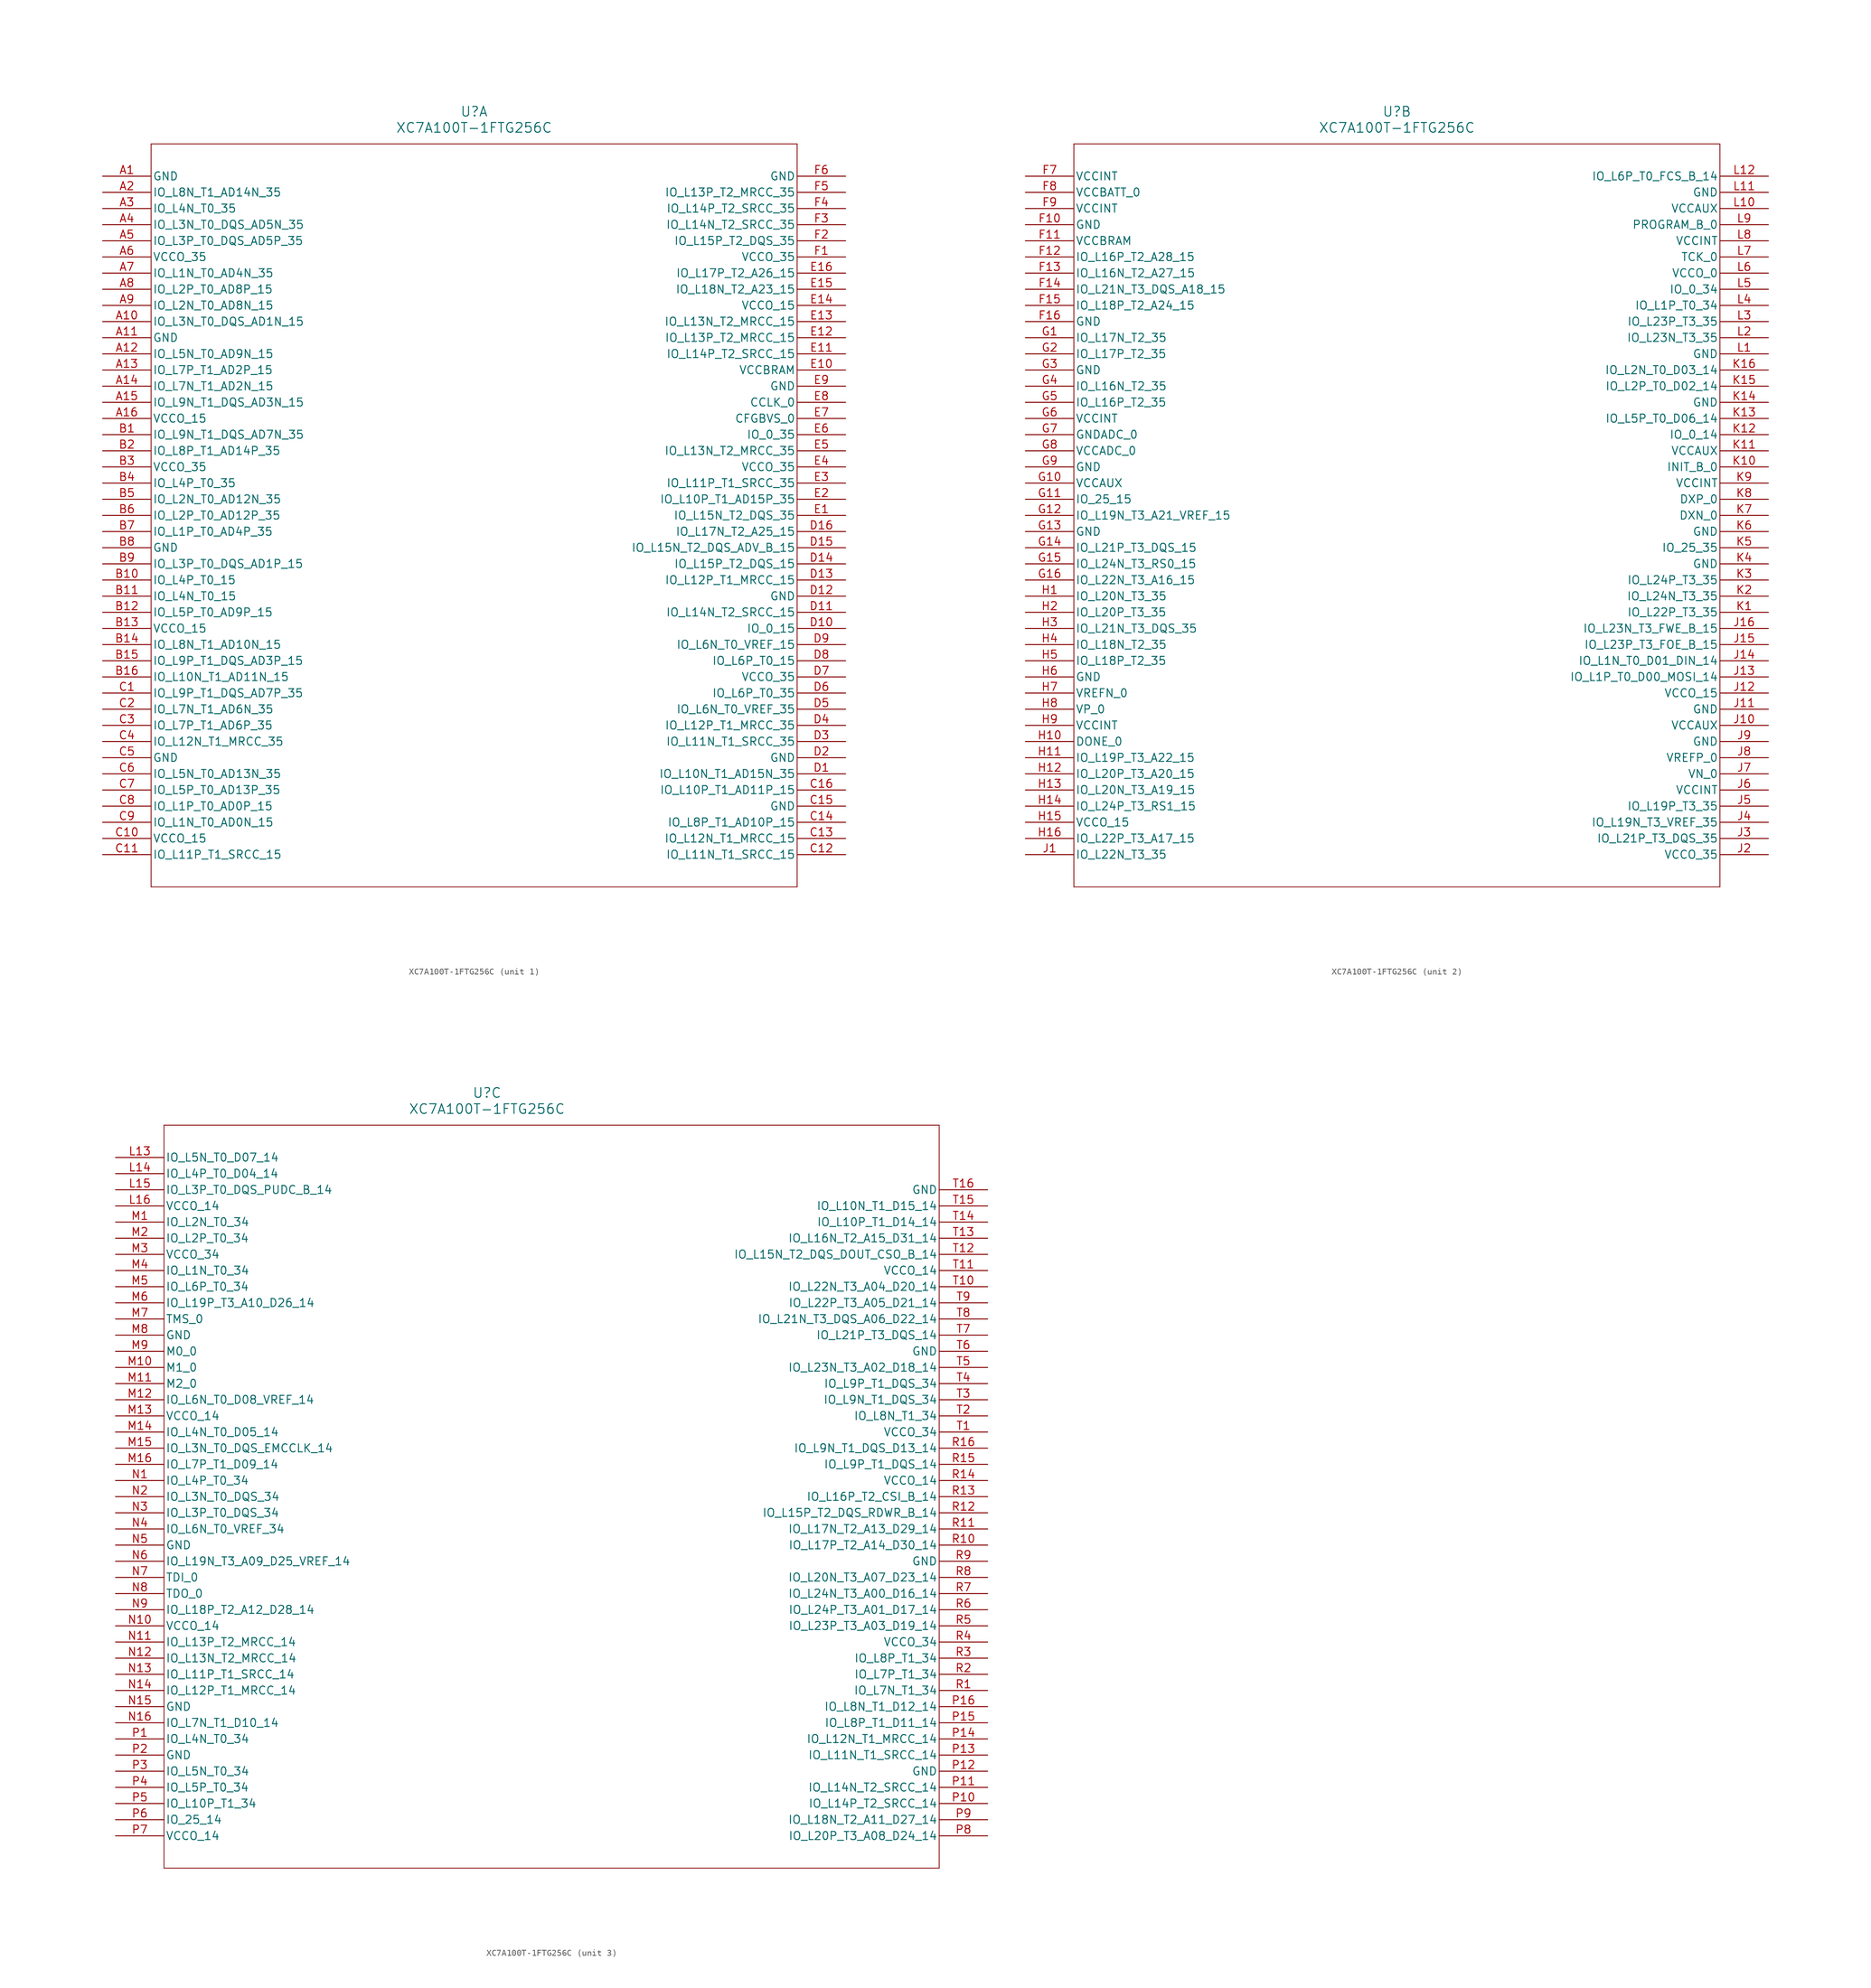
<source format=kicad_sym>
(kicad_symbol_lib
  (version 20211014)
  (generator kicad_symbol_editor)
  (symbol "XC7A100T-1FTG256C"
    (pin_names
      (offset 0.254))
    (property "Reference" "U"
      (at 58.42 10.16 0)
      (effects (font (size 1.524 1.524))))
    (property "Value" "XC7A100T-1FTG256C"
      (at 58.42 7.62 0)
      (effects (font (size 1.524 1.524))))
    (symbol "XC7A100T-1FTG256C_1_1"
      (polyline (pts (xy 7.62 5.08) (xy 7.62 -111.76)) (stroke (width 0.127) (type default) (color 0 0 0 0)) (fill (type none)))
      (polyline (pts (xy 7.62 -111.76) (xy 109.22 -111.76)) (stroke (width 0.127) (type default) (color 0 0 0 0)) (fill (type none)))
      (polyline (pts (xy 109.22 -111.76) (xy 109.22 5.08)) (stroke (width 0.127) (type default) (color 0 0 0 0)) (fill (type none)))
      (polyline (pts (xy 109.22 5.08) (xy 7.62 5.08)) (stroke (width 0.127) (type default) (color 0 0 0 0)) (fill (type none)))
      (pin power_out line (at 0 0 0) (length 7.62) (name "GND" (effects (font (size 1.27 1.27)))) (number "A1" (effects (font (size 1.27 1.27)))))
      (pin bidirectional line (at 0 -2.54 0) (length 7.62) (name "IO_L8N_T1_AD14N_35" (effects (font (size 1.27 1.27)))) (number "A2" (effects (font (size 1.27 1.27)))))
      (pin bidirectional line (at 0 -5.08 0) (length 7.62) (name "IO_L4N_T0_35" (effects (font (size 1.27 1.27)))) (number "A3" (effects (font (size 1.27 1.27)))))
      (pin bidirectional line (at 0 -7.62 0) (length 7.62) (name "IO_L3N_T0_DQS_AD5N_35" (effects (font (size 1.27 1.27)))) (number "A4" (effects (font (size 1.27 1.27)))))
      (pin bidirectional line (at 0 -10.16 0) (length 7.62) (name "IO_L3P_T0_DQS_AD5P_35" (effects (font (size 1.27 1.27)))) (number "A5" (effects (font (size 1.27 1.27)))))
      (pin power_in line (at 0 -12.7 0) (length 7.62) (name "VCCO_35" (effects (font (size 1.27 1.27)))) (number "A6" (effects (font (size 1.27 1.27)))))
      (pin bidirectional line (at 0 -15.24 0) (length 7.62) (name "IO_L1N_T0_AD4N_35" (effects (font (size 1.27 1.27)))) (number "A7" (effects (font (size 1.27 1.27)))))
      (pin bidirectional line (at 0 -17.78 0) (length 7.62) (name "IO_L2P_T0_AD8P_15" (effects (font (size 1.27 1.27)))) (number "A8" (effects (font (size 1.27 1.27)))))
      (pin bidirectional line (at 0 -20.32 0) (length 7.62) (name "IO_L2N_T0_AD8N_15" (effects (font (size 1.27 1.27)))) (number "A9" (effects (font (size 1.27 1.27)))))
      (pin bidirectional line (at 0 -22.86 0) (length 7.62) (name "IO_L3N_T0_DQS_AD1N_15" (effects (font (size 1.27 1.27)))) (number "A10" (effects (font (size 1.27 1.27)))))
      (pin power_out line (at 0 -25.4 0) (length 7.62) (name "GND" (effects (font (size 1.27 1.27)))) (number "A11" (effects (font (size 1.27 1.27)))))
      (pin bidirectional line (at 0 -27.94 0) (length 7.62) (name "IO_L5N_T0_AD9N_15" (effects (font (size 1.27 1.27)))) (number "A12" (effects (font (size 1.27 1.27)))))
      (pin bidirectional line (at 0 -30.48 0) (length 7.62) (name "IO_L7P_T1_AD2P_15" (effects (font (size 1.27 1.27)))) (number "A13" (effects (font (size 1.27 1.27)))))
      (pin bidirectional line (at 0 -33.02 0) (length 7.62) (name "IO_L7N_T1_AD2N_15" (effects (font (size 1.27 1.27)))) (number "A14" (effects (font (size 1.27 1.27)))))
      (pin bidirectional line (at 0 -35.56 0) (length 7.62) (name "IO_L9N_T1_DQS_AD3N_15" (effects (font (size 1.27 1.27)))) (number "A15" (effects (font (size 1.27 1.27)))))
      (pin power_in line (at 0 -38.1 0) (length 7.62) (name "VCCO_15" (effects (font (size 1.27 1.27)))) (number "A16" (effects (font (size 1.27 1.27)))))
      (pin bidirectional line (at 0 -40.64 0) (length 7.62) (name "IO_L9N_T1_DQS_AD7N_35" (effects (font (size 1.27 1.27)))) (number "B1" (effects (font (size 1.27 1.27)))))
      (pin bidirectional line (at 0 -43.18 0) (length 7.62) (name "IO_L8P_T1_AD14P_35" (effects (font (size 1.27 1.27)))) (number "B2" (effects (font (size 1.27 1.27)))))
      (pin power_in line (at 0 -45.72 0) (length 7.62) (name "VCCO_35" (effects (font (size 1.27 1.27)))) (number "B3" (effects (font (size 1.27 1.27)))))
      (pin bidirectional line (at 0 -48.26 0) (length 7.62) (name "IO_L4P_T0_35" (effects (font (size 1.27 1.27)))) (number "B4" (effects (font (size 1.27 1.27)))))
      (pin bidirectional line (at 0 -50.8 0) (length 7.62) (name "IO_L2N_T0_AD12N_35" (effects (font (size 1.27 1.27)))) (number "B5" (effects (font (size 1.27 1.27)))))
      (pin bidirectional line (at 0 -53.34 0) (length 7.62) (name "IO_L2P_T0_AD12P_35" (effects (font (size 1.27 1.27)))) (number "B6" (effects (font (size 1.27 1.27)))))
      (pin bidirectional line (at 0 -55.88 0) (length 7.62) (name "IO_L1P_T0_AD4P_35" (effects (font (size 1.27 1.27)))) (number "B7" (effects (font (size 1.27 1.27)))))
      (pin power_out line (at 0 -58.42 0) (length 7.62) (name "GND" (effects (font (size 1.27 1.27)))) (number "B8" (effects (font (size 1.27 1.27)))))
      (pin bidirectional line (at 0 -60.96 0) (length 7.62) (name "IO_L3P_T0_DQS_AD1P_15" (effects (font (size 1.27 1.27)))) (number "B9" (effects (font (size 1.27 1.27)))))
      (pin bidirectional line (at 0 -63.5 0) (length 7.62) (name "IO_L4P_T0_15" (effects (font (size 1.27 1.27)))) (number "B10" (effects (font (size 1.27 1.27)))))
      (pin bidirectional line (at 0 -66.04 0) (length 7.62) (name "IO_L4N_T0_15" (effects (font (size 1.27 1.27)))) (number "B11" (effects (font (size 1.27 1.27)))))
      (pin bidirectional line (at 0 -68.58 0) (length 7.62) (name "IO_L5P_T0_AD9P_15" (effects (font (size 1.27 1.27)))) (number "B12" (effects (font (size 1.27 1.27)))))
      (pin power_in line (at 0 -71.12 0) (length 7.62) (name "VCCO_15" (effects (font (size 1.27 1.27)))) (number "B13" (effects (font (size 1.27 1.27)))))
      (pin bidirectional line (at 0 -73.66 0) (length 7.62) (name "IO_L8N_T1_AD10N_15" (effects (font (size 1.27 1.27)))) (number "B14" (effects (font (size 1.27 1.27)))))
      (pin bidirectional line (at 0 -76.2 0) (length 7.62) (name "IO_L9P_T1_DQS_AD3P_15" (effects (font (size 1.27 1.27)))) (number "B15" (effects (font (size 1.27 1.27)))))
      (pin bidirectional line (at 0 -78.74 0) (length 7.62) (name "IO_L10N_T1_AD11N_15" (effects (font (size 1.27 1.27)))) (number "B16" (effects (font (size 1.27 1.27)))))
      (pin bidirectional line (at 0 -81.28 0) (length 7.62) (name "IO_L9P_T1_DQS_AD7P_35" (effects (font (size 1.27 1.27)))) (number "C1" (effects (font (size 1.27 1.27)))))
      (pin bidirectional line (at 0 -83.82 0) (length 7.62) (name "IO_L7N_T1_AD6N_35" (effects (font (size 1.27 1.27)))) (number "C2" (effects (font (size 1.27 1.27)))))
      (pin bidirectional line (at 0 -86.36 0) (length 7.62) (name "IO_L7P_T1_AD6P_35" (effects (font (size 1.27 1.27)))) (number "C3" (effects (font (size 1.27 1.27)))))
      (pin bidirectional line (at 0 -88.9 0) (length 7.62) (name "IO_L12N_T1_MRCC_35" (effects (font (size 1.27 1.27)))) (number "C4" (effects (font (size 1.27 1.27)))))
      (pin power_out line (at 0 -91.44 0) (length 7.62) (name "GND" (effects (font (size 1.27 1.27)))) (number "C5" (effects (font (size 1.27 1.27)))))
      (pin bidirectional line (at 0 -93.98 0) (length 7.62) (name "IO_L5N_T0_AD13N_35" (effects (font (size 1.27 1.27)))) (number "C6" (effects (font (size 1.27 1.27)))))
      (pin bidirectional line (at 0 -96.52 0) (length 7.62) (name "IO_L5P_T0_AD13P_35" (effects (font (size 1.27 1.27)))) (number "C7" (effects (font (size 1.27 1.27)))))
      (pin bidirectional line (at 0 -99.06 0) (length 7.62) (name "IO_L1P_T0_AD0P_15" (effects (font (size 1.27 1.27)))) (number "C8" (effects (font (size 1.27 1.27)))))
      (pin bidirectional line (at 0 -101.6 0) (length 7.62) (name "IO_L1N_T0_AD0N_15" (effects (font (size 1.27 1.27)))) (number "C9" (effects (font (size 1.27 1.27)))))
      (pin power_in line (at 0 -104.14 0) (length 7.62) (name "VCCO_15" (effects (font (size 1.27 1.27)))) (number "C10" (effects (font (size 1.27 1.27)))))
      (pin bidirectional line (at 0 -106.68 0) (length 7.62) (name "IO_L11P_T1_SRCC_15" (effects (font (size 1.27 1.27)))) (number "C11" (effects (font (size 1.27 1.27)))))
      (pin bidirectional line (at 116.84 -106.68 180) (length 7.62) (name "IO_L11N_T1_SRCC_15" (effects (font (size 1.27 1.27)))) (number "C12" (effects (font (size 1.27 1.27)))))
      (pin bidirectional line (at 116.84 -104.14 180) (length 7.62) (name "IO_L12N_T1_MRCC_15" (effects (font (size 1.27 1.27)))) (number "C13" (effects (font (size 1.27 1.27)))))
      (pin bidirectional line (at 116.84 -101.6 180) (length 7.62) (name "IO_L8P_T1_AD10P_15" (effects (font (size 1.27 1.27)))) (number "C14" (effects (font (size 1.27 1.27)))))
      (pin power_out line (at 116.84 -99.06 180) (length 7.62) (name "GND" (effects (font (size 1.27 1.27)))) (number "C15" (effects (font (size 1.27 1.27)))))
      (pin bidirectional line (at 116.84 -96.52 180) (length 7.62) (name "IO_L10P_T1_AD11P_15" (effects (font (size 1.27 1.27)))) (number "C16" (effects (font (size 1.27 1.27)))))
      (pin bidirectional line (at 116.84 -93.98 180) (length 7.62) (name "IO_L10N_T1_AD15N_35" (effects (font (size 1.27 1.27)))) (number "D1" (effects (font (size 1.27 1.27)))))
      (pin power_out line (at 116.84 -91.44 180) (length 7.62) (name "GND" (effects (font (size 1.27 1.27)))) (number "D2" (effects (font (size 1.27 1.27)))))
      (pin bidirectional line (at 116.84 -88.9 180) (length 7.62) (name "IO_L11N_T1_SRCC_35" (effects (font (size 1.27 1.27)))) (number "D3" (effects (font (size 1.27 1.27)))))
      (pin bidirectional line (at 116.84 -86.36 180) (length 7.62) (name "IO_L12P_T1_MRCC_35" (effects (font (size 1.27 1.27)))) (number "D4" (effects (font (size 1.27 1.27)))))
      (pin bidirectional line (at 116.84 -83.82 180) (length 7.62) (name "IO_L6N_T0_VREF_35" (effects (font (size 1.27 1.27)))) (number "D5" (effects (font (size 1.27 1.27)))))
      (pin bidirectional line (at 116.84 -81.28 180) (length 7.62) (name "IO_L6P_T0_35" (effects (font (size 1.27 1.27)))) (number "D6" (effects (font (size 1.27 1.27)))))
      (pin power_in line (at 116.84 -78.74 180) (length 7.62) (name "VCCO_35" (effects (font (size 1.27 1.27)))) (number "D7" (effects (font (size 1.27 1.27)))))
      (pin bidirectional line (at 116.84 -76.2 180) (length 7.62) (name "IO_L6P_T0_15" (effects (font (size 1.27 1.27)))) (number "D8" (effects (font (size 1.27 1.27)))))
      (pin bidirectional line (at 116.84 -73.66 180) (length 7.62) (name "IO_L6N_T0_VREF_15" (effects (font (size 1.27 1.27)))) (number "D9" (effects (font (size 1.27 1.27)))))
      (pin bidirectional line (at 116.84 -71.12 180) (length 7.62) (name "IO_0_15" (effects (font (size 1.27 1.27)))) (number "D10" (effects (font (size 1.27 1.27)))))
      (pin bidirectional line (at 116.84 -68.58 180) (length 7.62) (name "IO_L14N_T2_SRCC_15" (effects (font (size 1.27 1.27)))) (number "D11" (effects (font (size 1.27 1.27)))))
      (pin power_out line (at 116.84 -66.04 180) (length 7.62) (name "GND" (effects (font (size 1.27 1.27)))) (number "D12" (effects (font (size 1.27 1.27)))))
      (pin bidirectional line (at 116.84 -63.5 180) (length 7.62) (name "IO_L12P_T1_MRCC_15" (effects (font (size 1.27 1.27)))) (number "D13" (effects (font (size 1.27 1.27)))))
      (pin bidirectional line (at 116.84 -60.96 180) (length 7.62) (name "IO_L15P_T2_DQS_15" (effects (font (size 1.27 1.27)))) (number "D14" (effects (font (size 1.27 1.27)))))
      (pin bidirectional line (at 116.84 -58.42 180) (length 7.62) (name "IO_L15N_T2_DQS_ADV_B_15" (effects (font (size 1.27 1.27)))) (number "D15" (effects (font (size 1.27 1.27)))))
      (pin bidirectional line (at 116.84 -55.88 180) (length 7.62) (name "IO_L17N_T2_A25_15" (effects (font (size 1.27 1.27)))) (number "D16" (effects (font (size 1.27 1.27)))))
      (pin bidirectional line (at 116.84 -53.34 180) (length 7.62) (name "IO_L15N_T2_DQS_35" (effects (font (size 1.27 1.27)))) (number "E1" (effects (font (size 1.27 1.27)))))
      (pin bidirectional line (at 116.84 -50.8 180) (length 7.62) (name "IO_L10P_T1_AD15P_35" (effects (font (size 1.27 1.27)))) (number "E2" (effects (font (size 1.27 1.27)))))
      (pin bidirectional line (at 116.84 -48.26 180) (length 7.62) (name "IO_L11P_T1_SRCC_35" (effects (font (size 1.27 1.27)))) (number "E3" (effects (font (size 1.27 1.27)))))
      (pin power_in line (at 116.84 -45.72 180) (length 7.62) (name "VCCO_35" (effects (font (size 1.27 1.27)))) (number "E4" (effects (font (size 1.27 1.27)))))
      (pin bidirectional line (at 116.84 -43.18 180) (length 7.62) (name "IO_L13N_T2_MRCC_35" (effects (font (size 1.27 1.27)))) (number "E5" (effects (font (size 1.27 1.27)))))
      (pin bidirectional line (at 116.84 -40.64 180) (length 7.62) (name "IO_0_35" (effects (font (size 1.27 1.27)))) (number "E6" (effects (font (size 1.27 1.27)))))
      (pin input line (at 116.84 -38.1 180) (length 7.62) (name "CFGBVS_0" (effects (font (size 1.27 1.27)))) (number "E7" (effects (font (size 1.27 1.27)))))
      (pin bidirectional line (at 116.84 -35.56 180) (length 7.62) (name "CCLK_0" (effects (font (size 1.27 1.27)))) (number "E8" (effects (font (size 1.27 1.27)))))
      (pin power_out line (at 116.84 -33.02 180) (length 7.62) (name "GND" (effects (font (size 1.27 1.27)))) (number "E9" (effects (font (size 1.27 1.27)))))
      (pin power_in line (at 116.84 -30.48 180) (length 7.62) (name "VCCBRAM" (effects (font (size 1.27 1.27)))) (number "E10" (effects (font (size 1.27 1.27)))))
      (pin bidirectional line (at 116.84 -27.94 180) (length 7.62) (name "IO_L14P_T2_SRCC_15" (effects (font (size 1.27 1.27)))) (number "E11" (effects (font (size 1.27 1.27)))))
      (pin bidirectional line (at 116.84 -25.4 180) (length 7.62) (name "IO_L13P_T2_MRCC_15" (effects (font (size 1.27 1.27)))) (number "E12" (effects (font (size 1.27 1.27)))))
      (pin bidirectional line (at 116.84 -22.86 180) (length 7.62) (name "IO_L13N_T2_MRCC_15" (effects (font (size 1.27 1.27)))) (number "E13" (effects (font (size 1.27 1.27)))))
      (pin power_in line (at 116.84 -20.32 180) (length 7.62) (name "VCCO_15" (effects (font (size 1.27 1.27)))) (number "E14" (effects (font (size 1.27 1.27)))))
      (pin bidirectional line (at 116.84 -17.78 180) (length 7.62) (name "IO_L18N_T2_A23_15" (effects (font (size 1.27 1.27)))) (number "E15" (effects (font (size 1.27 1.27)))))
      (pin bidirectional line (at 116.84 -15.24 180) (length 7.62) (name "IO_L17P_T2_A26_15" (effects (font (size 1.27 1.27)))) (number "E16" (effects (font (size 1.27 1.27)))))
      (pin power_in line (at 116.84 -12.7 180) (length 7.62) (name "VCCO_35" (effects (font (size 1.27 1.27)))) (number "F1" (effects (font (size 1.27 1.27)))))
      (pin bidirectional line (at 116.84 -10.16 180) (length 7.62) (name "IO_L15P_T2_DQS_35" (effects (font (size 1.27 1.27)))) (number "F2" (effects (font (size 1.27 1.27)))))
      (pin bidirectional line (at 116.84 -7.62 180) (length 7.62) (name "IO_L14N_T2_SRCC_35" (effects (font (size 1.27 1.27)))) (number "F3" (effects (font (size 1.27 1.27)))))
      (pin bidirectional line (at 116.84 -5.08 180) (length 7.62) (name "IO_L14P_T2_SRCC_35" (effects (font (size 1.27 1.27)))) (number "F4" (effects (font (size 1.27 1.27)))))
      (pin bidirectional line (at 116.84 -2.54 180) (length 7.62) (name "IO_L13P_T2_MRCC_35" (effects (font (size 1.27 1.27)))) (number "F5" (effects (font (size 1.27 1.27)))))
      (pin power_out line (at 116.84 0 180) (length 7.62) (name "GND" (effects (font (size 1.27 1.27)))) (number "F6" (effects (font (size 1.27 1.27))))))
    (symbol "XC7A100T-1FTG256C_2_1"
      (polyline (pts (xy 7.62 5.08) (xy 7.62 -111.76)) (stroke (width 0.127) (type default) (color 0 0 0 0)) (fill (type none)))
      (polyline (pts (xy 7.62 -111.76) (xy 109.22 -111.76)) (stroke (width 0.127) (type default) (color 0 0 0 0)) (fill (type none)))
      (polyline (pts (xy 109.22 -111.76) (xy 109.22 5.08)) (stroke (width 0.127) (type default) (color 0 0 0 0)) (fill (type none)))
      (polyline (pts (xy 109.22 5.08) (xy 7.62 5.08)) (stroke (width 0.127) (type default) (color 0 0 0 0)) (fill (type none)))
      (pin power_in line (at 0 0 0) (length 7.62) (name "VCCINT" (effects (font (size 1.27 1.27)))) (number "F7" (effects (font (size 1.27 1.27)))))
      (pin power_in line (at 0 -2.54 0) (length 7.62) (name "VCCBATT_0" (effects (font (size 1.27 1.27)))) (number "F8" (effects (font (size 1.27 1.27)))))
      (pin power_in line (at 0 -5.08 0) (length 7.62) (name "VCCINT" (effects (font (size 1.27 1.27)))) (number "F9" (effects (font (size 1.27 1.27)))))
      (pin power_out line (at 0 -7.62 0) (length 7.62) (name "GND" (effects (font (size 1.27 1.27)))) (number "F10" (effects (font (size 1.27 1.27)))))
      (pin power_in line (at 0 -10.16 0) (length 7.62) (name "VCCBRAM" (effects (font (size 1.27 1.27)))) (number "F11" (effects (font (size 1.27 1.27)))))
      (pin bidirectional line (at 0 -12.7 0) (length 7.62) (name "IO_L16P_T2_A28_15" (effects (font (size 1.27 1.27)))) (number "F12" (effects (font (size 1.27 1.27)))))
      (pin bidirectional line (at 0 -15.24 0) (length 7.62) (name "IO_L16N_T2_A27_15" (effects (font (size 1.27 1.27)))) (number "F13" (effects (font (size 1.27 1.27)))))
      (pin bidirectional line (at 0 -17.78 0) (length 7.62) (name "IO_L21N_T3_DQS_A18_15" (effects (font (size 1.27 1.27)))) (number "F14" (effects (font (size 1.27 1.27)))))
      (pin bidirectional line (at 0 -20.32 0) (length 7.62) (name "IO_L18P_T2_A24_15" (effects (font (size 1.27 1.27)))) (number "F15" (effects (font (size 1.27 1.27)))))
      (pin power_out line (at 0 -22.86 0) (length 7.62) (name "GND" (effects (font (size 1.27 1.27)))) (number "F16" (effects (font (size 1.27 1.27)))))
      (pin bidirectional line (at 0 -25.4 0) (length 7.62) (name "IO_L17N_T2_35" (effects (font (size 1.27 1.27)))) (number "G1" (effects (font (size 1.27 1.27)))))
      (pin bidirectional line (at 0 -27.94 0) (length 7.62) (name "IO_L17P_T2_35" (effects (font (size 1.27 1.27)))) (number "G2" (effects (font (size 1.27 1.27)))))
      (pin power_out line (at 0 -30.48 0) (length 7.62) (name "GND" (effects (font (size 1.27 1.27)))) (number "G3" (effects (font (size 1.27 1.27)))))
      (pin bidirectional line (at 0 -33.02 0) (length 7.62) (name "IO_L16N_T2_35" (effects (font (size 1.27 1.27)))) (number "G4" (effects (font (size 1.27 1.27)))))
      (pin bidirectional line (at 0 -35.56 0) (length 7.62) (name "IO_L16P_T2_35" (effects (font (size 1.27 1.27)))) (number "G5" (effects (font (size 1.27 1.27)))))
      (pin power_in line (at 0 -38.1 0) (length 7.62) (name "VCCINT" (effects (font (size 1.27 1.27)))) (number "G6" (effects (font (size 1.27 1.27)))))
      (pin power_out line (at 0 -40.64 0) (length 7.62) (name "GNDADC_0" (effects (font (size 1.27 1.27)))) (number "G7" (effects (font (size 1.27 1.27)))))
      (pin power_in line (at 0 -43.18 0) (length 7.62) (name "VCCADC_0" (effects (font (size 1.27 1.27)))) (number "G8" (effects (font (size 1.27 1.27)))))
      (pin power_out line (at 0 -45.72 0) (length 7.62) (name "GND" (effects (font (size 1.27 1.27)))) (number "G9" (effects (font (size 1.27 1.27)))))
      (pin power_in line (at 0 -48.26 0) (length 7.62) (name "VCCAUX" (effects (font (size 1.27 1.27)))) (number "G10" (effects (font (size 1.27 1.27)))))
      (pin bidirectional line (at 0 -50.8 0) (length 7.62) (name "IO_25_15" (effects (font (size 1.27 1.27)))) (number "G11" (effects (font (size 1.27 1.27)))))
      (pin bidirectional line (at 0 -53.34 0) (length 7.62) (name "IO_L19N_T3_A21_VREF_15" (effects (font (size 1.27 1.27)))) (number "G12" (effects (font (size 1.27 1.27)))))
      (pin power_out line (at 0 -55.88 0) (length 7.62) (name "GND" (effects (font (size 1.27 1.27)))) (number "G13" (effects (font (size 1.27 1.27)))))
      (pin bidirectional line (at 0 -58.42 0) (length 7.62) (name "IO_L21P_T3_DQS_15" (effects (font (size 1.27 1.27)))) (number "G14" (effects (font (size 1.27 1.27)))))
      (pin bidirectional line (at 0 -60.96 0) (length 7.62) (name "IO_L24N_T3_RS0_15" (effects (font (size 1.27 1.27)))) (number "G15" (effects (font (size 1.27 1.27)))))
      (pin bidirectional line (at 0 -63.5 0) (length 7.62) (name "IO_L22N_T3_A16_15" (effects (font (size 1.27 1.27)))) (number "G16" (effects (font (size 1.27 1.27)))))
      (pin bidirectional line (at 0 -66.04 0) (length 7.62) (name "IO_L20N_T3_35" (effects (font (size 1.27 1.27)))) (number "H1" (effects (font (size 1.27 1.27)))))
      (pin bidirectional line (at 0 -68.58 0) (length 7.62) (name "IO_L20P_T3_35" (effects (font (size 1.27 1.27)))) (number "H2" (effects (font (size 1.27 1.27)))))
      (pin bidirectional line (at 0 -71.12 0) (length 7.62) (name "IO_L21N_T3_DQS_35" (effects (font (size 1.27 1.27)))) (number "H3" (effects (font (size 1.27 1.27)))))
      (pin bidirectional line (at 0 -73.66 0) (length 7.62) (name "IO_L18N_T2_35" (effects (font (size 1.27 1.27)))) (number "H4" (effects (font (size 1.27 1.27)))))
      (pin bidirectional line (at 0 -76.2 0) (length 7.62) (name "IO_L18P_T2_35" (effects (font (size 1.27 1.27)))) (number "H5" (effects (font (size 1.27 1.27)))))
      (pin power_out line (at 0 -78.74 0) (length 7.62) (name "GND" (effects (font (size 1.27 1.27)))) (number "H6" (effects (font (size 1.27 1.27)))))
      (pin power_in line (at 0 -81.28 0) (length 7.62) (name "VREFN_0" (effects (font (size 1.27 1.27)))) (number "H7" (effects (font (size 1.27 1.27)))))
      (pin input line (at 0 -83.82 0) (length 7.62) (name "VP_0" (effects (font (size 1.27 1.27)))) (number "H8" (effects (font (size 1.27 1.27)))))
      (pin power_in line (at 0 -86.36 0) (length 7.62) (name "VCCINT" (effects (font (size 1.27 1.27)))) (number "H9" (effects (font (size 1.27 1.27)))))
      (pin bidirectional line (at 0 -88.9 0) (length 7.62) (name "DONE_0" (effects (font (size 1.27 1.27)))) (number "H10" (effects (font (size 1.27 1.27)))))
      (pin bidirectional line (at 0 -91.44 0) (length 7.62) (name "IO_L19P_T3_A22_15" (effects (font (size 1.27 1.27)))) (number "H11" (effects (font (size 1.27 1.27)))))
      (pin bidirectional line (at 0 -93.98 0) (length 7.62) (name "IO_L20P_T3_A20_15" (effects (font (size 1.27 1.27)))) (number "H12" (effects (font (size 1.27 1.27)))))
      (pin bidirectional line (at 0 -96.52 0) (length 7.62) (name "IO_L20N_T3_A19_15" (effects (font (size 1.27 1.27)))) (number "H13" (effects (font (size 1.27 1.27)))))
      (pin bidirectional line (at 0 -99.06 0) (length 7.62) (name "IO_L24P_T3_RS1_15" (effects (font (size 1.27 1.27)))) (number "H14" (effects (font (size 1.27 1.27)))))
      (pin power_in line (at 0 -101.6 0) (length 7.62) (name "VCCO_15" (effects (font (size 1.27 1.27)))) (number "H15" (effects (font (size 1.27 1.27)))))
      (pin bidirectional line (at 0 -104.14 0) (length 7.62) (name "IO_L22P_T3_A17_15" (effects (font (size 1.27 1.27)))) (number "H16" (effects (font (size 1.27 1.27)))))
      (pin bidirectional line (at 0 -106.68 0) (length 7.62) (name "IO_L22N_T3_35" (effects (font (size 1.27 1.27)))) (number "J1" (effects (font (size 1.27 1.27)))))
      (pin power_in line (at 116.84 -106.68 180) (length 7.62) (name "VCCO_35" (effects (font (size 1.27 1.27)))) (number "J2" (effects (font (size 1.27 1.27)))))
      (pin bidirectional line (at 116.84 -104.14 180) (length 7.62) (name "IO_L21P_T3_DQS_35" (effects (font (size 1.27 1.27)))) (number "J3" (effects (font (size 1.27 1.27)))))
      (pin bidirectional line (at 116.84 -101.6 180) (length 7.62) (name "IO_L19N_T3_VREF_35" (effects (font (size 1.27 1.27)))) (number "J4" (effects (font (size 1.27 1.27)))))
      (pin bidirectional line (at 116.84 -99.06 180) (length 7.62) (name "IO_L19P_T3_35" (effects (font (size 1.27 1.27)))) (number "J5" (effects (font (size 1.27 1.27)))))
      (pin power_in line (at 116.84 -96.52 180) (length 7.62) (name "VCCINT" (effects (font (size 1.27 1.27)))) (number "J6" (effects (font (size 1.27 1.27)))))
      (pin input line (at 116.84 -93.98 180) (length 7.62) (name "VN_0" (effects (font (size 1.27 1.27)))) (number "J7" (effects (font (size 1.27 1.27)))))
      (pin power_in line (at 116.84 -91.44 180) (length 7.62) (name "VREFP_0" (effects (font (size 1.27 1.27)))) (number "J8" (effects (font (size 1.27 1.27)))))
      (pin power_out line (at 116.84 -88.9 180) (length 7.62) (name "GND" (effects (font (size 1.27 1.27)))) (number "J9" (effects (font (size 1.27 1.27)))))
      (pin power_in line (at 116.84 -86.36 180) (length 7.62) (name "VCCAUX" (effects (font (size 1.27 1.27)))) (number "J10" (effects (font (size 1.27 1.27)))))
      (pin power_out line (at 116.84 -83.82 180) (length 7.62) (name "GND" (effects (font (size 1.27 1.27)))) (number "J11" (effects (font (size 1.27 1.27)))))
      (pin power_in line (at 116.84 -81.28 180) (length 7.62) (name "VCCO_15" (effects (font (size 1.27 1.27)))) (number "J12" (effects (font (size 1.27 1.27)))))
      (pin bidirectional line (at 116.84 -78.74 180) (length 7.62) (name "IO_L1P_T0_D00_MOSI_14" (effects (font (size 1.27 1.27)))) (number "J13" (effects (font (size 1.27 1.27)))))
      (pin bidirectional line (at 116.84 -76.2 180) (length 7.62) (name "IO_L1N_T0_D01_DIN_14" (effects (font (size 1.27 1.27)))) (number "J14" (effects (font (size 1.27 1.27)))))
      (pin bidirectional line (at 116.84 -73.66 180) (length 7.62) (name "IO_L23P_T3_FOE_B_15" (effects (font (size 1.27 1.27)))) (number "J15" (effects (font (size 1.27 1.27)))))
      (pin bidirectional line (at 116.84 -71.12 180) (length 7.62) (name "IO_L23N_T3_FWE_B_15" (effects (font (size 1.27 1.27)))) (number "J16" (effects (font (size 1.27 1.27)))))
      (pin bidirectional line (at 116.84 -68.58 180) (length 7.62) (name "IO_L22P_T3_35" (effects (font (size 1.27 1.27)))) (number "K1" (effects (font (size 1.27 1.27)))))
      (pin bidirectional line (at 116.84 -66.04 180) (length 7.62) (name "IO_L24N_T3_35" (effects (font (size 1.27 1.27)))) (number "K2" (effects (font (size 1.27 1.27)))))
      (pin bidirectional line (at 116.84 -63.5 180) (length 7.62) (name "IO_L24P_T3_35" (effects (font (size 1.27 1.27)))) (number "K3" (effects (font (size 1.27 1.27)))))
      (pin power_out line (at 116.84 -60.96 180) (length 7.62) (name "GND" (effects (font (size 1.27 1.27)))) (number "K4" (effects (font (size 1.27 1.27)))))
      (pin bidirectional line (at 116.84 -58.42 180) (length 7.62) (name "IO_25_35" (effects (font (size 1.27 1.27)))) (number "K5" (effects (font (size 1.27 1.27)))))
      (pin power_out line (at 116.84 -55.88 180) (length 7.62) (name "GND" (effects (font (size 1.27 1.27)))) (number "K6" (effects (font (size 1.27 1.27)))))
      (pin unspecified line (at 116.84 -53.34 180) (length 7.62) (name "DXN_0" (effects (font (size 1.27 1.27)))) (number "K7" (effects (font (size 1.27 1.27)))))
      (pin unspecified line (at 116.84 -50.8 180) (length 7.62) (name "DXP_0" (effects (font (size 1.27 1.27)))) (number "K8" (effects (font (size 1.27 1.27)))))
      (pin power_in line (at 116.84 -48.26 180) (length 7.62) (name "VCCINT" (effects (font (size 1.27 1.27)))) (number "K9" (effects (font (size 1.27 1.27)))))
      (pin bidirectional line (at 116.84 -45.72 180) (length 7.62) (name "INIT_B_0" (effects (font (size 1.27 1.27)))) (number "K10" (effects (font (size 1.27 1.27)))))
      (pin power_in line (at 116.84 -43.18 180) (length 7.62) (name "VCCAUX" (effects (font (size 1.27 1.27)))) (number "K11" (effects (font (size 1.27 1.27)))))
      (pin bidirectional line (at 116.84 -40.64 180) (length 7.62) (name "IO_0_14" (effects (font (size 1.27 1.27)))) (number "K12" (effects (font (size 1.27 1.27)))))
      (pin bidirectional line (at 116.84 -38.1 180) (length 7.62) (name "IO_L5P_T0_D06_14" (effects (font (size 1.27 1.27)))) (number "K13" (effects (font (size 1.27 1.27)))))
      (pin power_out line (at 116.84 -35.56 180) (length 7.62) (name "GND" (effects (font (size 1.27 1.27)))) (number "K14" (effects (font (size 1.27 1.27)))))
      (pin bidirectional line (at 116.84 -33.02 180) (length 7.62) (name "IO_L2P_T0_D02_14" (effects (font (size 1.27 1.27)))) (number "K15" (effects (font (size 1.27 1.27)))))
      (pin bidirectional line (at 116.84 -30.48 180) (length 7.62) (name "IO_L2N_T0_D03_14" (effects (font (size 1.27 1.27)))) (number "K16" (effects (font (size 1.27 1.27)))))
      (pin power_out line (at 116.84 -27.94 180) (length 7.62) (name "GND" (effects (font (size 1.27 1.27)))) (number "L1" (effects (font (size 1.27 1.27)))))
      (pin bidirectional line (at 116.84 -25.4 180) (length 7.62) (name "IO_L23N_T3_35" (effects (font (size 1.27 1.27)))) (number "L2" (effects (font (size 1.27 1.27)))))
      (pin bidirectional line (at 116.84 -22.86 180) (length 7.62) (name "IO_L23P_T3_35" (effects (font (size 1.27 1.27)))) (number "L3" (effects (font (size 1.27 1.27)))))
      (pin bidirectional line (at 116.84 -20.32 180) (length 7.62) (name "IO_L1P_T0_34" (effects (font (size 1.27 1.27)))) (number "L4" (effects (font (size 1.27 1.27)))))
      (pin bidirectional line (at 116.84 -17.78 180) (length 7.62) (name "IO_0_34" (effects (font (size 1.27 1.27)))) (number "L5" (effects (font (size 1.27 1.27)))))
      (pin power_in line (at 116.84 -15.24 180) (length 7.62) (name "VCCO_0" (effects (font (size 1.27 1.27)))) (number "L6" (effects (font (size 1.27 1.27)))))
      (pin input line (at 116.84 -12.7 180) (length 7.62) (name "TCK_0" (effects (font (size 1.27 1.27)))) (number "L7" (effects (font (size 1.27 1.27)))))
      (pin power_in line (at 116.84 -10.16 180) (length 7.62) (name "VCCINT" (effects (font (size 1.27 1.27)))) (number "L8" (effects (font (size 1.27 1.27)))))
      (pin input line (at 116.84 -7.62 180) (length 7.62) (name "PROGRAM_B_0" (effects (font (size 1.27 1.27)))) (number "L9" (effects (font (size 1.27 1.27)))))
      (pin power_in line (at 116.84 -5.08 180) (length 7.62) (name "VCCAUX" (effects (font (size 1.27 1.27)))) (number "L10" (effects (font (size 1.27 1.27)))))
      (pin power_out line (at 116.84 -2.54 180) (length 7.62) (name "GND" (effects (font (size 1.27 1.27)))) (number "L11" (effects (font (size 1.27 1.27)))))
      (pin bidirectional line (at 116.84 0 180) (length 7.62) (name "IO_L6P_T0_FCS_B_14" (effects (font (size 1.27 1.27)))) (number "L12" (effects (font (size 1.27 1.27))))))
    (symbol "XC7A100T-1FTG256C_3_1"
      (polyline (pts (xy 7.62 5.08) (xy 7.62 -111.76)) (stroke (width 0.127) (type default) (color 0 0 0 0)) (fill (type none)))
      (polyline (pts (xy 7.62 -111.76) (xy 129.54 -111.76)) (stroke (width 0.127) (type default) (color 0 0 0 0)) (fill (type none)))
      (polyline (pts (xy 129.54 -111.76) (xy 129.54 5.08)) (stroke (width 0.127) (type default) (color 0 0 0 0)) (fill (type none)))
      (polyline (pts (xy 129.54 5.08) (xy 7.62 5.08)) (stroke (width 0.127) (type default) (color 0 0 0 0)) (fill (type none)))
      (pin bidirectional line (at 0 0 0) (length 7.62) (name "IO_L5N_T0_D07_14" (effects (font (size 1.27 1.27)))) (number "L13" (effects (font (size 1.27 1.27)))))
      (pin bidirectional line (at 0 -2.54 0) (length 7.62) (name "IO_L4P_T0_D04_14" (effects (font (size 1.27 1.27)))) (number "L14" (effects (font (size 1.27 1.27)))))
      (pin bidirectional line (at 0 -5.08 0) (length 7.62) (name "IO_L3P_T0_DQS_PUDC_B_14" (effects (font (size 1.27 1.27)))) (number "L15" (effects (font (size 1.27 1.27)))))
      (pin power_in line (at 0 -7.62 0) (length 7.62) (name "VCCO_14" (effects (font (size 1.27 1.27)))) (number "L16" (effects (font (size 1.27 1.27)))))
      (pin bidirectional line (at 0 -10.16 0) (length 7.62) (name "IO_L2N_T0_34" (effects (font (size 1.27 1.27)))) (number "M1" (effects (font (size 1.27 1.27)))))
      (pin bidirectional line (at 0 -12.7 0) (length 7.62) (name "IO_L2P_T0_34" (effects (font (size 1.27 1.27)))) (number "M2" (effects (font (size 1.27 1.27)))))
      (pin power_in line (at 0 -15.24 0) (length 7.62) (name "VCCO_34" (effects (font (size 1.27 1.27)))) (number "M3" (effects (font (size 1.27 1.27)))))
      (pin bidirectional line (at 0 -17.78 0) (length 7.62) (name "IO_L1N_T0_34" (effects (font (size 1.27 1.27)))) (number "M4" (effects (font (size 1.27 1.27)))))
      (pin bidirectional line (at 0 -20.32 0) (length 7.62) (name "IO_L6P_T0_34" (effects (font (size 1.27 1.27)))) (number "M5" (effects (font (size 1.27 1.27)))))
      (pin bidirectional line (at 0 -22.86 0) (length 7.62) (name "IO_L19P_T3_A10_D26_14" (effects (font (size 1.27 1.27)))) (number "M6" (effects (font (size 1.27 1.27)))))
      (pin input line (at 0 -25.4 0) (length 7.62) (name "TMS_0" (effects (font (size 1.27 1.27)))) (number "M7" (effects (font (size 1.27 1.27)))))
      (pin power_out line (at 0 -27.94 0) (length 7.62) (name "GND" (effects (font (size 1.27 1.27)))) (number "M8" (effects (font (size 1.27 1.27)))))
      (pin input line (at 0 -30.48 0) (length 7.62) (name "M0_0" (effects (font (size 1.27 1.27)))) (number "M9" (effects (font (size 1.27 1.27)))))
      (pin input line (at 0 -33.02 0) (length 7.62) (name "M1_0" (effects (font (size 1.27 1.27)))) (number "M10" (effects (font (size 1.27 1.27)))))
      (pin input line (at 0 -35.56 0) (length 7.62) (name "M2_0" (effects (font (size 1.27 1.27)))) (number "M11" (effects (font (size 1.27 1.27)))))
      (pin bidirectional line (at 0 -38.1 0) (length 7.62) (name "IO_L6N_T0_D08_VREF_14" (effects (font (size 1.27 1.27)))) (number "M12" (effects (font (size 1.27 1.27)))))
      (pin power_in line (at 0 -40.64 0) (length 7.62) (name "VCCO_14" (effects (font (size 1.27 1.27)))) (number "M13" (effects (font (size 1.27 1.27)))))
      (pin bidirectional line (at 0 -43.18 0) (length 7.62) (name "IO_L4N_T0_D05_14" (effects (font (size 1.27 1.27)))) (number "M14" (effects (font (size 1.27 1.27)))))
      (pin bidirectional line (at 0 -45.72 0) (length 7.62) (name "IO_L3N_T0_DQS_EMCCLK_14" (effects (font (size 1.27 1.27)))) (number "M15" (effects (font (size 1.27 1.27)))))
      (pin bidirectional line (at 0 -48.26 0) (length 7.62) (name "IO_L7P_T1_D09_14" (effects (font (size 1.27 1.27)))) (number "M16" (effects (font (size 1.27 1.27)))))
      (pin bidirectional line (at 0 -50.8 0) (length 7.62) (name "IO_L4P_T0_34" (effects (font (size 1.27 1.27)))) (number "N1" (effects (font (size 1.27 1.27)))))
      (pin bidirectional line (at 0 -53.34 0) (length 7.62) (name "IO_L3N_T0_DQS_34" (effects (font (size 1.27 1.27)))) (number "N2" (effects (font (size 1.27 1.27)))))
      (pin bidirectional line (at 0 -55.88 0) (length 7.62) (name "IO_L3P_T0_DQS_34" (effects (font (size 1.27 1.27)))) (number "N3" (effects (font (size 1.27 1.27)))))
      (pin bidirectional line (at 0 -58.42 0) (length 7.62) (name "IO_L6N_T0_VREF_34" (effects (font (size 1.27 1.27)))) (number "N4" (effects (font (size 1.27 1.27)))))
      (pin power_out line (at 0 -60.96 0) (length 7.62) (name "GND" (effects (font (size 1.27 1.27)))) (number "N5" (effects (font (size 1.27 1.27)))))
      (pin bidirectional line (at 0 -63.5 0) (length 7.62) (name "IO_L19N_T3_A09_D25_VREF_14" (effects (font (size 1.27 1.27)))) (number "N6" (effects (font (size 1.27 1.27)))))
      (pin input line (at 0 -66.04 0) (length 7.62) (name "TDI_0" (effects (font (size 1.27 1.27)))) (number "N7" (effects (font (size 1.27 1.27)))))
      (pin output line (at 0 -68.58 0) (length 7.62) (name "TDO_0" (effects (font (size 1.27 1.27)))) (number "N8" (effects (font (size 1.27 1.27)))))
      (pin bidirectional line (at 0 -71.12 0) (length 7.62) (name "IO_L18P_T2_A12_D28_14" (effects (font (size 1.27 1.27)))) (number "N9" (effects (font (size 1.27 1.27)))))
      (pin power_in line (at 0 -73.66 0) (length 7.62) (name "VCCO_14" (effects (font (size 1.27 1.27)))) (number "N10" (effects (font (size 1.27 1.27)))))
      (pin bidirectional line (at 0 -76.2 0) (length 7.62) (name "IO_L13P_T2_MRCC_14" (effects (font (size 1.27 1.27)))) (number "N11" (effects (font (size 1.27 1.27)))))
      (pin bidirectional line (at 0 -78.74 0) (length 7.62) (name "IO_L13N_T2_MRCC_14" (effects (font (size 1.27 1.27)))) (number "N12" (effects (font (size 1.27 1.27)))))
      (pin bidirectional line (at 0 -81.28 0) (length 7.62) (name "IO_L11P_T1_SRCC_14" (effects (font (size 1.27 1.27)))) (number "N13" (effects (font (size 1.27 1.27)))))
      (pin bidirectional line (at 0 -83.82 0) (length 7.62) (name "IO_L12P_T1_MRCC_14" (effects (font (size 1.27 1.27)))) (number "N14" (effects (font (size 1.27 1.27)))))
      (pin power_out line (at 0 -86.36 0) (length 7.62) (name "GND" (effects (font (size 1.27 1.27)))) (number "N15" (effects (font (size 1.27 1.27)))))
      (pin bidirectional line (at 0 -88.9 0) (length 7.62) (name "IO_L7N_T1_D10_14" (effects (font (size 1.27 1.27)))) (number "N16" (effects (font (size 1.27 1.27)))))
      (pin bidirectional line (at 0 -91.44 0) (length 7.62) (name "IO_L4N_T0_34" (effects (font (size 1.27 1.27)))) (number "P1" (effects (font (size 1.27 1.27)))))
      (pin power_out line (at 0 -93.98 0) (length 7.62) (name "GND" (effects (font (size 1.27 1.27)))) (number "P2" (effects (font (size 1.27 1.27)))))
      (pin bidirectional line (at 0 -96.52 0) (length 7.62) (name "IO_L5N_T0_34" (effects (font (size 1.27 1.27)))) (number "P3" (effects (font (size 1.27 1.27)))))
      (pin bidirectional line (at 0 -99.06 0) (length 7.62) (name "IO_L5P_T0_34" (effects (font (size 1.27 1.27)))) (number "P4" (effects (font (size 1.27 1.27)))))
      (pin bidirectional line (at 0 -101.6 0) (length 7.62) (name "IO_L10P_T1_34" (effects (font (size 1.27 1.27)))) (number "P5" (effects (font (size 1.27 1.27)))))
      (pin bidirectional line (at 0 -104.14 0) (length 7.62) (name "IO_25_14" (effects (font (size 1.27 1.27)))) (number "P6" (effects (font (size 1.27 1.27)))))
      (pin power_in line (at 0 -106.68 0) (length 7.62) (name "VCCO_14" (effects (font (size 1.27 1.27)))) (number "P7" (effects (font (size 1.27 1.27)))))
      (pin bidirectional line (at 137.16 -106.68 180) (length 7.62) (name "IO_L20P_T3_A08_D24_14" (effects (font (size 1.27 1.27)))) (number "P8" (effects (font (size 1.27 1.27)))))
      (pin bidirectional line (at 137.16 -104.14 180) (length 7.62) (name "IO_L18N_T2_A11_D27_14" (effects (font (size 1.27 1.27)))) (number "P9" (effects (font (size 1.27 1.27)))))
      (pin bidirectional line (at 137.16 -101.6 180) (length 7.62) (name "IO_L14P_T2_SRCC_14" (effects (font (size 1.27 1.27)))) (number "P10" (effects (font (size 1.27 1.27)))))
      (pin bidirectional line (at 137.16 -99.06 180) (length 7.62) (name "IO_L14N_T2_SRCC_14" (effects (font (size 1.27 1.27)))) (number "P11" (effects (font (size 1.27 1.27)))))
      (pin power_out line (at 137.16 -96.52 180) (length 7.62) (name "GND" (effects (font (size 1.27 1.27)))) (number "P12" (effects (font (size 1.27 1.27)))))
      (pin bidirectional line (at 137.16 -93.98 180) (length 7.62) (name "IO_L11N_T1_SRCC_14" (effects (font (size 1.27 1.27)))) (number "P13" (effects (font (size 1.27 1.27)))))
      (pin bidirectional line (at 137.16 -91.44 180) (length 7.62) (name "IO_L12N_T1_MRCC_14" (effects (font (size 1.27 1.27)))) (number "P14" (effects (font (size 1.27 1.27)))))
      (pin bidirectional line (at 137.16 -88.9 180) (length 7.62) (name "IO_L8P_T1_D11_14" (effects (font (size 1.27 1.27)))) (number "P15" (effects (font (size 1.27 1.27)))))
      (pin bidirectional line (at 137.16 -86.36 180) (length 7.62) (name "IO_L8N_T1_D12_14" (effects (font (size 1.27 1.27)))) (number "P16" (effects (font (size 1.27 1.27)))))
      (pin bidirectional line (at 137.16 -83.82 180) (length 7.62) (name "IO_L7N_T1_34" (effects (font (size 1.27 1.27)))) (number "R1" (effects (font (size 1.27 1.27)))))
      (pin bidirectional line (at 137.16 -81.28 180) (length 7.62) (name "IO_L7P_T1_34" (effects (font (size 1.27 1.27)))) (number "R2" (effects (font (size 1.27 1.27)))))
      (pin bidirectional line (at 137.16 -78.74 180) (length 7.62) (name "IO_L8P_T1_34" (effects (font (size 1.27 1.27)))) (number "R3" (effects (font (size 1.27 1.27)))))
      (pin power_in line (at 137.16 -76.2 180) (length 7.62) (name "VCCO_34" (effects (font (size 1.27 1.27)))) (number "R4" (effects (font (size 1.27 1.27)))))
      (pin bidirectional line (at 137.16 -73.66 180) (length 7.62) (name "IO_L23P_T3_A03_D19_14" (effects (font (size 1.27 1.27)))) (number "R5" (effects (font (size 1.27 1.27)))))
      (pin bidirectional line (at 137.16 -71.12 180) (length 7.62) (name "IO_L24P_T3_A01_D17_14" (effects (font (size 1.27 1.27)))) (number "R6" (effects (font (size 1.27 1.27)))))
      (pin bidirectional line (at 137.16 -68.58 180) (length 7.62) (name "IO_L24N_T3_A00_D16_14" (effects (font (size 1.27 1.27)))) (number "R7" (effects (font (size 1.27 1.27)))))
      (pin bidirectional line (at 137.16 -66.04 180) (length 7.62) (name "IO_L20N_T3_A07_D23_14" (effects (font (size 1.27 1.27)))) (number "R8" (effects (font (size 1.27 1.27)))))
      (pin power_out line (at 137.16 -63.5 180) (length 7.62) (name "GND" (effects (font (size 1.27 1.27)))) (number "R9" (effects (font (size 1.27 1.27)))))
      (pin bidirectional line (at 137.16 -60.96 180) (length 7.62) (name "IO_L17P_T2_A14_D30_14" (effects (font (size 1.27 1.27)))) (number "R10" (effects (font (size 1.27 1.27)))))
      (pin bidirectional line (at 137.16 -58.42 180) (length 7.62) (name "IO_L17N_T2_A13_D29_14" (effects (font (size 1.27 1.27)))) (number "R11" (effects (font (size 1.27 1.27)))))
      (pin bidirectional line (at 137.16 -55.88 180) (length 7.62) (name "IO_L15P_T2_DQS_RDWR_B_14" (effects (font (size 1.27 1.27)))) (number "R12" (effects (font (size 1.27 1.27)))))
      (pin bidirectional line (at 137.16 -53.34 180) (length 7.62) (name "IO_L16P_T2_CSI_B_14" (effects (font (size 1.27 1.27)))) (number "R13" (effects (font (size 1.27 1.27)))))
      (pin power_in line (at 137.16 -50.8 180) (length 7.62) (name "VCCO_14" (effects (font (size 1.27 1.27)))) (number "R14" (effects (font (size 1.27 1.27)))))
      (pin bidirectional line (at 137.16 -48.26 180) (length 7.62) (name "IO_L9P_T1_DQS_14" (effects (font (size 1.27 1.27)))) (number "R15" (effects (font (size 1.27 1.27)))))
      (pin bidirectional line (at 137.16 -45.72 180) (length 7.62) (name "IO_L9N_T1_DQS_D13_14" (effects (font (size 1.27 1.27)))) (number "R16" (effects (font (size 1.27 1.27)))))
      (pin power_in line (at 137.16 -43.18 180) (length 7.62) (name "VCCO_34" (effects (font (size 1.27 1.27)))) (number "T1" (effects (font (size 1.27 1.27)))))
      (pin bidirectional line (at 137.16 -40.64 180) (length 7.62) (name "IO_L8N_T1_34" (effects (font (size 1.27 1.27)))) (number "T2" (effects (font (size 1.27 1.27)))))
      (pin bidirectional line (at 137.16 -38.1 180) (length 7.62) (name "IO_L9N_T1_DQS_34" (effects (font (size 1.27 1.27)))) (number "T3" (effects (font (size 1.27 1.27)))))
      (pin bidirectional line (at 137.16 -35.56 180) (length 7.62) (name "IO_L9P_T1_DQS_34" (effects (font (size 1.27 1.27)))) (number "T4" (effects (font (size 1.27 1.27)))))
      (pin bidirectional line (at 137.16 -33.02 180) (length 7.62) (name "IO_L23N_T3_A02_D18_14" (effects (font (size 1.27 1.27)))) (number "T5" (effects (font (size 1.27 1.27)))))
      (pin power_out line (at 137.16 -30.48 180) (length 7.62) (name "GND" (effects (font (size 1.27 1.27)))) (number "T6" (effects (font (size 1.27 1.27)))))
      (pin bidirectional line (at 137.16 -27.94 180) (length 7.62) (name "IO_L21P_T3_DQS_14" (effects (font (size 1.27 1.27)))) (number "T7" (effects (font (size 1.27 1.27)))))
      (pin bidirectional line (at 137.16 -25.4 180) (length 7.62) (name "IO_L21N_T3_DQS_A06_D22_14" (effects (font (size 1.27 1.27)))) (number "T8" (effects (font (size 1.27 1.27)))))
      (pin bidirectional line (at 137.16 -22.86 180) (length 7.62) (name "IO_L22P_T3_A05_D21_14" (effects (font (size 1.27 1.27)))) (number "T9" (effects (font (size 1.27 1.27)))))
      (pin bidirectional line (at 137.16 -20.32 180) (length 7.62) (name "IO_L22N_T3_A04_D20_14" (effects (font (size 1.27 1.27)))) (number "T10" (effects (font (size 1.27 1.27)))))
      (pin power_in line (at 137.16 -17.78 180) (length 7.62) (name "VCCO_14" (effects (font (size 1.27 1.27)))) (number "T11" (effects (font (size 1.27 1.27)))))
      (pin bidirectional line (at 137.16 -15.24 180) (length 7.62) (name "IO_L15N_T2_DQS_DOUT_CSO_B_14" (effects (font (size 1.27 1.27)))) (number "T12" (effects (font (size 1.27 1.27)))))
      (pin bidirectional line (at 137.16 -12.7 180) (length 7.62) (name "IO_L16N_T2_A15_D31_14" (effects (font (size 1.27 1.27)))) (number "T13" (effects (font (size 1.27 1.27)))))
      (pin bidirectional line (at 137.16 -10.16 180) (length 7.62) (name "IO_L10P_T1_D14_14" (effects (font (size 1.27 1.27)))) (number "T14" (effects (font (size 1.27 1.27)))))
      (pin bidirectional line (at 137.16 -7.62 180) (length 7.62) (name "IO_L10N_T1_D15_14" (effects (font (size 1.27 1.27)))) (number "T15" (effects (font (size 1.27 1.27)))))
      (pin power_out line (at 137.16 -5.08 180) (length 7.62) (name "GND" (effects (font (size 1.27 1.27)))) (number "T16" (effects (font (size 1.27 1.27))))))))
</source>
